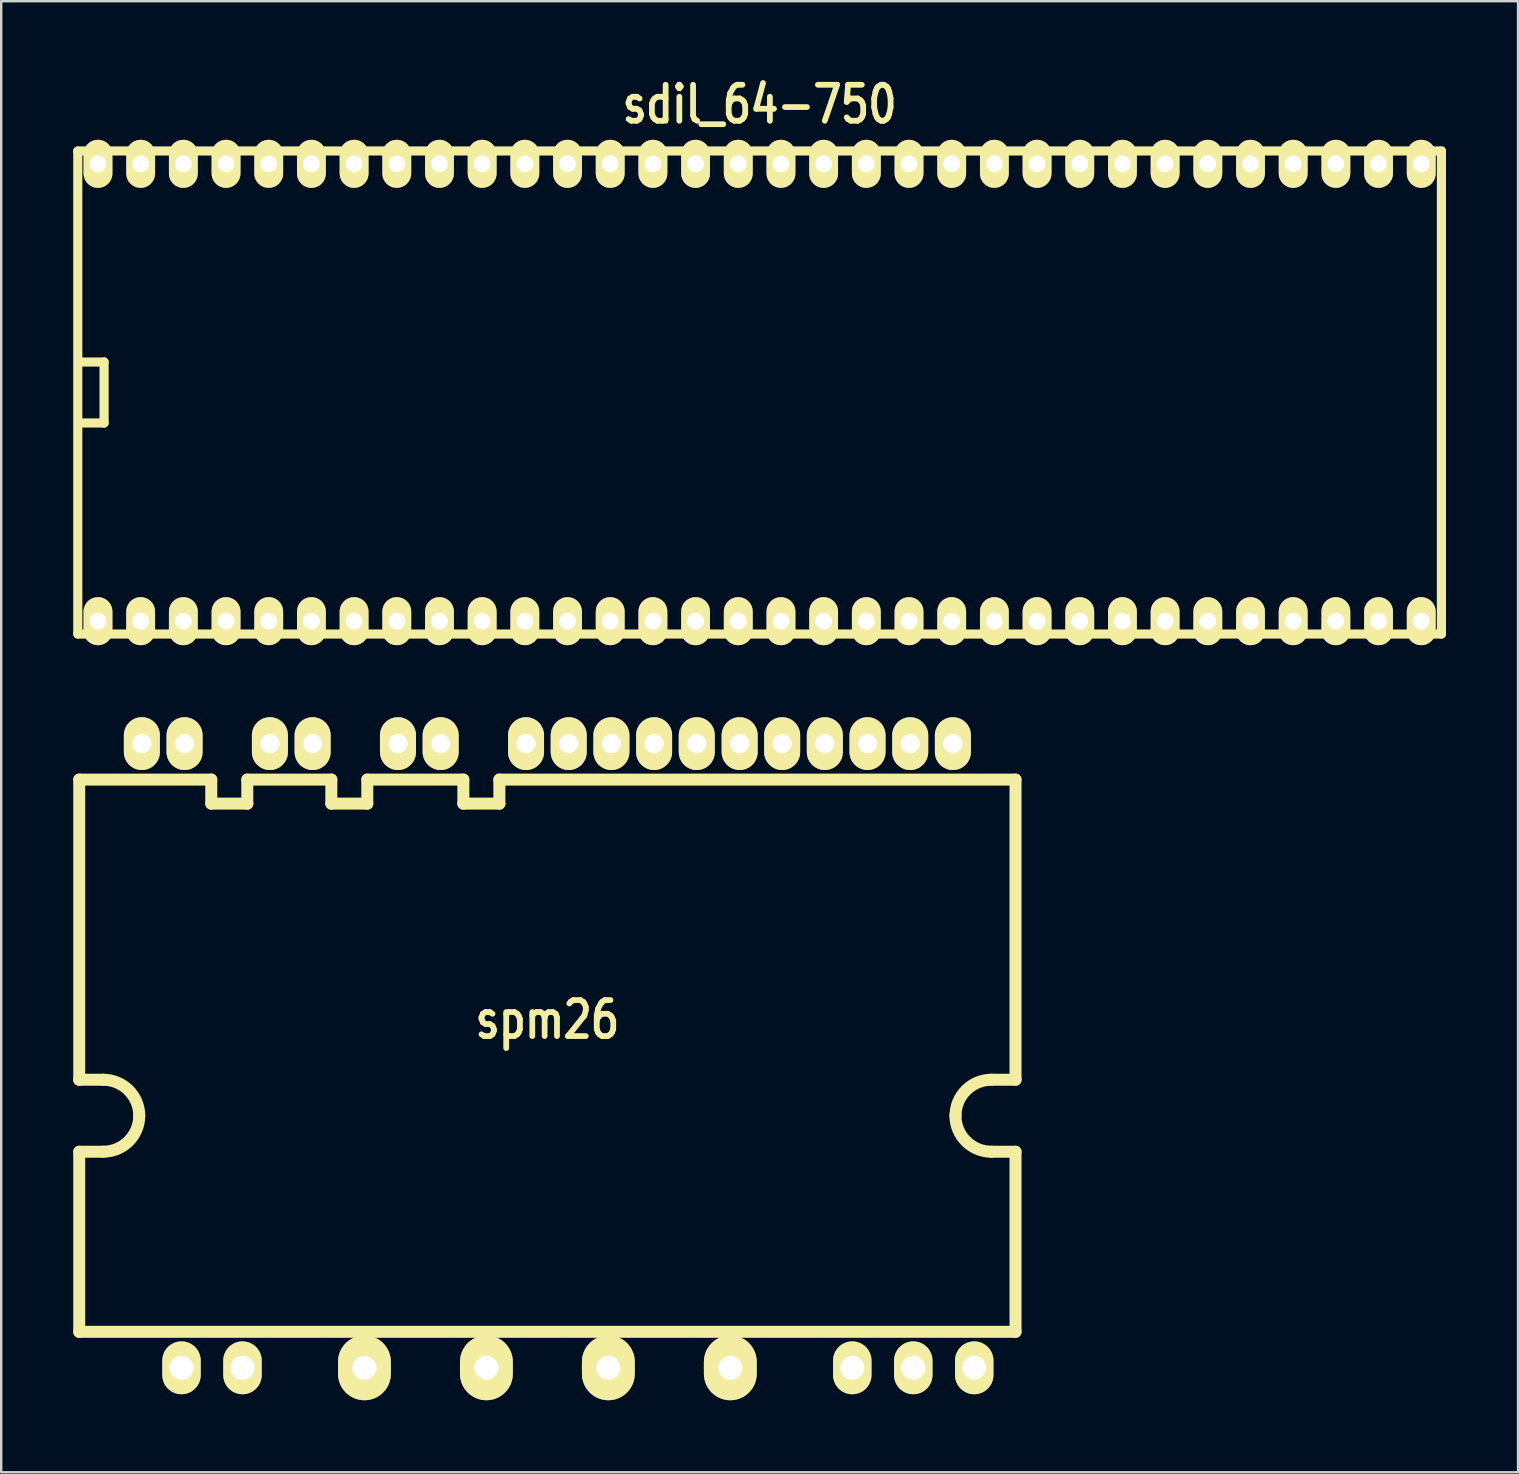
<source format=kicad_pcb>
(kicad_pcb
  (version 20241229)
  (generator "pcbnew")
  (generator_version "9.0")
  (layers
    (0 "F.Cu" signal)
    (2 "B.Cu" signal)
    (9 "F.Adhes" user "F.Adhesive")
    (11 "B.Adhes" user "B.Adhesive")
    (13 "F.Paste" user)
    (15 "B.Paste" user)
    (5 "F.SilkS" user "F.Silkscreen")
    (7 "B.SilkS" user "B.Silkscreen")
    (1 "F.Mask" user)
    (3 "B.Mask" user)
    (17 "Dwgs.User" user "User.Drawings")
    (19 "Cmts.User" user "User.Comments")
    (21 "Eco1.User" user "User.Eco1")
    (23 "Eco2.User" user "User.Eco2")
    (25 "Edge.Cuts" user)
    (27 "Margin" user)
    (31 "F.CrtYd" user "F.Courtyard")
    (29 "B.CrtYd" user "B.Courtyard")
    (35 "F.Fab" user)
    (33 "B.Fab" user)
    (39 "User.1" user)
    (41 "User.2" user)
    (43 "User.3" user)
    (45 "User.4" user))
  (footprint "spm26"
    (layer "F.Cu")
    (at 19.75 40.924)
    (property "Reference" "spm26" (at 0 -1.5 0) (layer "F.SilkS") (effects (font (size 1.5 1.2) (thickness 0.24))))
    (attr through_hole)
    (fp_line (start -19.5 -11.501) (end -19.5 1.001) (stroke (width 0.5) (type solid)) (layer "F.SilkS"))
    (fp_line (start -19.5 4) (end -19.5 11.501) (stroke (width 0.5) (type solid)) (layer "F.SilkS"))
    (fp_line (start -19.5 11.501) (end 19.5 11.501) (stroke (width 0.5) (type solid)) (layer "F.SilkS"))
    (fp_line (start -18.499 1.001) (end -19.5 1.001) (stroke (width 0.5) (type solid)) (layer "F.SilkS"))
    (fp_line (start -18.499 4) (end -19.5 4) (stroke (width 0.5) (type solid)) (layer "F.SilkS"))
    (fp_line (start -14 -11.501) (end -19.5 -11.501) (stroke (width 0.5) (type solid)) (layer "F.SilkS"))
    (fp_line (start -14 -11.501) (end -14 -10.5) (stroke (width 0.5) (type solid)) (layer "F.SilkS"))
    (fp_line (start -14 -10.5) (end -12.499 -10.5) (stroke (width 0.5) (type solid)) (layer "F.SilkS"))
    (fp_line (start -12.499 -11.501) (end -8.999 -11.501) (stroke (width 0.5) (type solid)) (layer "F.SilkS"))
    (fp_line (start -12.499 -10.5) (end -12.499 -11.501) (stroke (width 0.5) (type solid)) (layer "F.SilkS"))
    (fp_line (start -8.999 -11.501) (end -8.999 -10.5) (stroke (width 0.5) (type solid)) (layer "F.SilkS"))
    (fp_line (start -8.999 -10.5) (end -7.501 -10.5) (stroke (width 0.5) (type solid)) (layer "F.SilkS"))
    (fp_line (start -7.501 -10.5) (end -7.501 -11.501) (stroke (width 0.5) (type solid)) (layer "F.SilkS"))
    (fp_line (start -3.5 -11.501) (end -7.501 -11.501) (stroke (width 0.5) (type solid)) (layer "F.SilkS"))
    (fp_line (start -3.5 -11.501) (end -3.5 -10.5) (stroke (width 0.5) (type solid)) (layer "F.SilkS"))
    (fp_line (start -3.5 -10.5) (end -1.999 -10.5) (stroke (width 0.5) (type solid)) (layer "F.SilkS"))
    (fp_line (start -1.999 -11.501) (end 19.5 -11.501) (stroke (width 0.5) (type solid)) (layer "F.SilkS"))
    (fp_line (start -1.999 -10.5) (end -1.999 -11.501) (stroke (width 0.5) (type solid)) (layer "F.SilkS"))
    (fp_line (start 18.499 1.001) (end 19.5 1.001) (stroke (width 0.5) (type solid)) (layer "F.SilkS"))
    (fp_line (start 18.499 4) (end 19.5 4) (stroke (width 0.5) (type solid)) (layer "F.SilkS"))
    (fp_line (start 19.5 1.001) (end 19.5 -11.501) (stroke (width 0.5) (type solid)) (layer "F.SilkS"))
    (fp_line (start 19.5 4) (end 19.5 11.501) (stroke (width 0.5) (type solid)) (layer "F.SilkS"))
    (fp_arc (start -18.49882 1.00076) (mid -17.43915 1.43969) (end -17.00022 2.49936) (stroke (width 0.50038) (type solid)) (layer "F.SilkS"))
    (fp_arc (start -17.00022 2.49936) (mid -17.43915 3.55903) (end -18.49882 3.99796) (stroke (width 0.50038) (type solid)) (layer "F.SilkS"))
    (fp_arc (start 17.00022 2.49936) (mid 17.43915 1.43969) (end 18.49882 1.00076) (stroke (width 0.50038) (type solid)) (layer "F.SilkS"))
    (fp_arc (start 18.49882 4.0005) (mid 17.437354 3.560826) (end 16.99768 2.49936) (stroke (width 0.50038) (type solid)) (layer "F.SilkS"))
    (pad "1" thru_hole oval (at -15.24 13) (size 1.6 2.2) (drill 1) (layers "*.Cu" "*.Mask" "F.SilkS"))
    (pad "2" thru_hole oval (at -12.7 13) (size 1.6 2.2) (drill 1) (layers "*.Cu" "*.Mask" "F.SilkS"))
    (pad "3" thru_hole oval (at -7.62 13) (size 2.2 2.7) (drill 1) (layers "*.Cu" "*.Mask" "F.SilkS"))
    (pad "4" thru_hole oval (at -2.54 13) (size 2.2 2.7) (drill 1) (layers "*.Cu" "*.Mask" "F.SilkS"))
    (pad "5" thru_hole oval (at 2.54 13) (size 2.2 2.7) (drill 1) (layers "*.Cu" "*.Mask" "F.SilkS"))
    (pad "6" thru_hole oval (at 7.62 13) (size 2.2 2.7) (drill 1) (layers "*.Cu" "*.Mask" "F.SilkS"))
    (pad "7" thru_hole oval (at 12.7 13) (size 1.6 2.2) (drill 1) (layers "*.Cu" "*.Mask" "F.SilkS"))
    (pad "8" thru_hole oval (at 15.24 13) (size 1.6 2.2) (drill 1) (layers "*.Cu" "*.Mask" "F.SilkS"))
    (pad "9" thru_hole oval (at 17.78 13) (size 1.6 2.2) (drill 1) (layers "*.Cu" "*.Mask" "F.SilkS"))
    (pad "10" thru_hole oval (at 16.891 -13) (size 1.5 2.2) (drill 0.8) (layers "*.Cu" "*.Mask" "F.SilkS"))
    (pad "11" thru_hole oval (at 15.113 -13) (size 1.5 2.2) (drill 0.8) (layers "*.Cu" "*.Mask" "F.SilkS"))
    (pad "12" thru_hole oval (at 13.335 -13) (size 1.5 2.2) (drill 0.8) (layers "*.Cu" "*.Mask" "F.SilkS"))
    (pad "13" thru_hole oval (at 11.557 -13) (size 1.5 2.2) (drill 0.8) (layers "*.Cu" "*.Mask" "F.SilkS"))
    (pad "14" thru_hole oval (at 9.779 -13) (size 1.5 2.2) (drill 0.8) (layers "*.Cu" "*.Mask" "F.SilkS"))
    (pad "15" thru_hole oval (at 8.009 -13) (size 1.5 2.2) (drill 0.8) (layers "*.Cu" "*.Mask" "F.SilkS"))
    (pad "16" thru_hole oval (at 6.223 -13) (size 1.5 2.2) (drill 0.8) (layers "*.Cu" "*.Mask" "F.SilkS"))
    (pad "17" thru_hole oval (at 4.445 -13) (size 1.5 2.2) (drill 0.8) (layers "*.Cu" "*.Mask" "F.SilkS"))
    (pad "18" thru_hole oval (at 2.667 -13) (size 1.5 2.2) (drill 0.8) (layers "*.Cu" "*.Mask" "F.SilkS"))
    (pad "19" thru_hole oval (at 0.889 -13) (size 1.5 2.2) (drill 0.8) (layers "*.Cu" "*.Mask" "F.SilkS"))
    (pad "20" thru_hole oval (at -0.889 -13) (size 1.5 2.2) (drill 0.8) (layers "*.Cu" "*.Mask" "F.SilkS"))
    (pad "21" thru_hole oval (at -4.445 -13) (size 1.5 2.2) (drill 0.8) (layers "*.Cu" "*.Mask" "F.SilkS"))
    (pad "22" thru_hole oval (at -6.223 -13) (size 1.5 2.2) (drill 0.8) (layers "*.Cu" "*.Mask" "F.SilkS"))
    (pad "23" thru_hole oval (at -9.779 -13) (size 1.5 2.2) (drill 0.8) (layers "*.Cu" "*.Mask" "F.SilkS"))
    (pad "24" thru_hole oval (at -11.557 -13) (size 1.5 2.2) (drill 0.8) (layers "*.Cu" "*.Mask" "F.SilkS"))
    (pad "25" thru_hole oval (at -15.113 -13) (size 1.5 2.2) (drill 0.8) (layers "*.Cu" "*.Mask" "F.SilkS"))
    (pad "26" thru_hole oval (at -16.891 -13) (size 1.5 2.2) (drill 0.8) (layers "*.Cu" "*.Mask" "F.SilkS")))
  (footprint "sdil_64-750"
    (layer "F.Cu")
    (at 28.59 13.299)
    (property "Reference" "sdil_64-750" (at 0 -12 0) (layer "F.SilkS") (effects (font (size 1.5 1.2) (thickness 0.24))))
    (attr through_hole)
    (fp_line (start -28.4 -10.06) (end -28.4 10.06) (stroke (width 0.381) (type solid)) (layer "F.SilkS"))
    (fp_line (start -27.305 -1.27) (end -28.321 -1.27) (stroke (width 0.381) (type solid)) (layer "F.SilkS"))
    (fp_line (start -27.305 -1.27) (end -27.305 1.27) (stroke (width 0.381) (type solid)) (layer "F.SilkS"))
    (fp_line (start -27.305 1.27) (end -28.321 1.27) (stroke (width 0.381) (type solid)) (layer "F.SilkS"))
    (fp_line (start 28.4 -10.06) (end -28.4 -10.06) (stroke (width 0.381) (type solid)) (layer "F.SilkS"))
    (fp_line (start 28.4 10.06) (end -28.4 10.06) (stroke (width 0.381) (type solid)) (layer "F.SilkS"))
    (fp_line (start 28.4 10.06) (end 28.4 -10.06) (stroke (width 0.381) (type solid)) (layer "F.SilkS"))
    (pad "1" thru_hole oval (at -27.559 9.525) (size 1.2 2) (drill 0.7) (layers "*.Cu" "*.Mask" "F.SilkS"))
    (pad "2" thru_hole oval (at -25.781 9.525) (size 1.2 2) (drill 0.7) (layers "*.Cu" "*.Mask" "F.SilkS"))
    (pad "3" thru_hole oval (at -24.003 9.525) (size 1.2 2) (drill 0.7) (layers "*.Cu" "*.Mask" "F.SilkS"))
    (pad "4" thru_hole oval (at -22.225 9.525) (size 1.2 2) (drill 0.7) (layers "*.Cu" "*.Mask" "F.SilkS"))
    (pad "5" thru_hole oval (at -20.447 9.525) (size 1.2 2) (drill 0.7) (layers "*.Cu" "*.Mask" "F.SilkS"))
    (pad "6" thru_hole oval (at -18.669 9.525) (size 1.2 2) (drill 0.7) (layers "*.Cu" "*.Mask" "F.SilkS"))
    (pad "7" thru_hole oval (at -16.891 9.525) (size 1.2 2) (drill 0.7) (layers "*.Cu" "*.Mask" "F.SilkS"))
    (pad "8" thru_hole oval (at -15.113 9.525) (size 1.2 2) (drill 0.7) (layers "*.Cu" "*.Mask" "F.SilkS"))
    (pad "9" thru_hole oval (at -13.335 9.525) (size 1.2 2) (drill 0.7) (layers "*.Cu" "*.Mask" "F.SilkS"))
    (pad "10" thru_hole oval (at -11.557 9.525) (size 1.2 2) (drill 0.7) (layers "*.Cu" "*.Mask" "F.SilkS"))
    (pad "11" thru_hole oval (at -9.779 9.525) (size 1.2 2) (drill 0.7) (layers "*.Cu" "*.Mask" "F.SilkS"))
    (pad "12" thru_hole oval (at -8.001 9.525) (size 1.2 2) (drill 0.7) (layers "*.Cu" "*.Mask" "F.SilkS"))
    (pad "13" thru_hole oval (at -6.223 9.525) (size 1.2 2) (drill 0.7) (layers "*.Cu" "*.Mask" "F.SilkS"))
    (pad "14" thru_hole oval (at -4.445 9.525) (size 1.2 2) (drill 0.7) (layers "*.Cu" "*.Mask" "F.SilkS"))
    (pad "15" thru_hole oval (at -2.667 9.525) (size 1.2 2) (drill 0.7) (layers "*.Cu" "*.Mask" "F.SilkS"))
    (pad "16" thru_hole oval (at -0.889 9.525) (size 1.2 2) (drill 0.7) (layers "*.Cu" "*.Mask" "F.SilkS"))
    (pad "17" thru_hole oval (at 0.889 9.525) (size 1.2 2) (drill 0.7) (layers "*.Cu" "*.Mask" "F.SilkS"))
    (pad "18" thru_hole oval (at 2.667 9.525) (size 1.2 2) (drill 0.7) (layers "*.Cu" "*.Mask" "F.SilkS"))
    (pad "19" thru_hole oval (at 4.445 9.525) (size 1.2 2) (drill 0.7) (layers "*.Cu" "*.Mask" "F.SilkS"))
    (pad "20" thru_hole oval (at 6.223 9.525) (size 1.2 2) (drill 0.7) (layers "*.Cu" "*.Mask" "F.SilkS"))
    (pad "21" thru_hole oval (at 8.001 9.525) (size 1.2 2) (drill 0.7) (layers "*.Cu" "*.Mask" "F.SilkS"))
    (pad "22" thru_hole oval (at 9.779 9.525) (size 1.2 2) (drill 0.7) (layers "*.Cu" "*.Mask" "F.SilkS"))
    (pad "23" thru_hole oval (at 11.557 9.525) (size 1.2 2) (drill 0.7) (layers "*.Cu" "*.Mask" "F.SilkS"))
    (pad "24" thru_hole oval (at 13.335 9.525) (size 1.2 2) (drill 0.7) (layers "*.Cu" "*.Mask" "F.SilkS"))
    (pad "25" thru_hole oval (at 15.113 9.525) (size 1.2 2) (drill 0.7) (layers "*.Cu" "*.Mask" "F.SilkS"))
    (pad "26" thru_hole oval (at 16.891 9.525) (size 1.2 2) (drill 0.7) (layers "*.Cu" "*.Mask" "F.SilkS"))
    (pad "27" thru_hole oval (at 18.669 9.525) (size 1.2 2) (drill 0.7) (layers "*.Cu" "*.Mask" "F.SilkS"))
    (pad "28" thru_hole oval (at 20.447 9.525) (size 1.2 2) (drill 0.7) (layers "*.Cu" "*.Mask" "F.SilkS"))
    (pad "29" thru_hole oval (at 22.225 9.525) (size 1.2 2) (drill 0.7) (layers "*.Cu" "*.Mask" "F.SilkS"))
    (pad "30" thru_hole oval (at 24.003 9.525) (size 1.2 2) (drill 0.7) (layers "*.Cu" "*.Mask" "F.SilkS"))
    (pad "31" thru_hole oval (at 25.781 9.525) (size 1.2 2) (drill 0.7) (layers "*.Cu" "*.Mask" "F.SilkS"))
    (pad "32" thru_hole oval (at 27.559 9.525) (size 1.2 2) (drill 0.7) (layers "*.Cu" "*.Mask" "F.SilkS"))
    (pad "33" thru_hole oval (at 27.559 -9.525) (size 1.2 2) (drill 0.7) (layers "*.Cu" "*.Mask" "F.SilkS"))
    (pad "34" thru_hole oval (at 25.781 -9.525) (size 1.2 2) (drill 0.7) (layers "*.Cu" "*.Mask" "F.SilkS"))
    (pad "35" thru_hole oval (at 24.003 -9.525) (size 1.2 2) (drill 0.7) (layers "*.Cu" "*.Mask" "F.SilkS"))
    (pad "36" thru_hole oval (at 22.225 -9.525) (size 1.2 2) (drill 0.7) (layers "*.Cu" "*.Mask" "F.SilkS"))
    (pad "37" thru_hole oval (at 20.447 -9.525) (size 1.2 2) (drill 0.7) (layers "*.Cu" "*.Mask" "F.SilkS"))
    (pad "38" thru_hole oval (at 18.669 -9.525) (size 1.2 2) (drill 0.7) (layers "*.Cu" "*.Mask" "F.SilkS"))
    (pad "39" thru_hole oval (at 16.891 -9.525) (size 1.2 2) (drill 0.7) (layers "*.Cu" "*.Mask" "F.SilkS"))
    (pad "40" thru_hole oval (at 15.113 -9.525) (size 1.2 2) (drill 0.7) (layers "*.Cu" "*.Mask" "F.SilkS"))
    (pad "41" thru_hole oval (at 13.335 -9.525) (size 1.2 2) (drill 0.7) (layers "*.Cu" "*.Mask" "F.SilkS"))
    (pad "42" thru_hole oval (at 11.557 -9.525) (size 1.2 2) (drill 0.7) (layers "*.Cu" "*.Mask" "F.SilkS"))
    (pad "43" thru_hole oval (at 9.779 -9.525) (size 1.2 2) (drill 0.7) (layers "*.Cu" "*.Mask" "F.SilkS"))
    (pad "44" thru_hole oval (at 8.001 -9.525) (size 1.2 2) (drill 0.7) (layers "*.Cu" "*.Mask" "F.SilkS"))
    (pad "45" thru_hole oval (at 6.223 -9.525) (size 1.2 2) (drill 0.7) (layers "*.Cu" "*.Mask" "F.SilkS"))
    (pad "46" thru_hole oval (at 4.445 -9.525) (size 1.2 2) (drill 0.7) (layers "*.Cu" "*.Mask" "F.SilkS"))
    (pad "47" thru_hole oval (at 2.667 -9.525) (size 1.2 2) (drill 0.7) (layers "*.Cu" "*.Mask" "F.SilkS"))
    (pad "48" thru_hole oval (at 0.889 -9.525) (size 1.2 2) (drill 0.7) (layers "*.Cu" "*.Mask" "F.SilkS"))
    (pad "49" thru_hole oval (at -0.889 -9.525) (size 1.2 2) (drill 0.7) (layers "*.Cu" "*.Mask" "F.SilkS"))
    (pad "50" thru_hole oval (at -2.667 -9.525) (size 1.2 2) (drill 0.7) (layers "*.Cu" "*.Mask" "F.SilkS"))
    (pad "51" thru_hole oval (at -4.445 -9.525) (size 1.2 2) (drill 0.7) (layers "*.Cu" "*.Mask" "F.SilkS"))
    (pad "52" thru_hole oval (at -6.223 -9.525) (size 1.2 2) (drill 0.7) (layers "*.Cu" "*.Mask" "F.SilkS"))
    (pad "53" thru_hole oval (at -8.001 -9.525) (size 1.2 2) (drill 0.7) (layers "*.Cu" "*.Mask" "F.SilkS"))
    (pad "54" thru_hole oval (at -9.779 -9.525) (size 1.2 2) (drill 0.7) (layers "*.Cu" "*.Mask" "F.SilkS"))
    (pad "55" thru_hole oval (at -11.557 -9.525) (size 1.2 2) (drill 0.7) (layers "*.Cu" "*.Mask" "F.SilkS"))
    (pad "56" thru_hole oval (at -13.335 -9.525) (size 1.2 2) (drill 0.7) (layers "*.Cu" "*.Mask" "F.SilkS"))
    (pad "57" thru_hole oval (at -15.113 -9.525) (size 1.2 2) (drill 0.7) (layers "*.Cu" "*.Mask" "F.SilkS"))
    (pad "58" thru_hole oval (at -16.891 -9.525) (size 1.2 2) (drill 0.7) (layers "*.Cu" "*.Mask" "F.SilkS"))
    (pad "59" thru_hole oval (at -18.669 -9.525) (size 1.2 2) (drill 0.7) (layers "*.Cu" "*.Mask" "F.SilkS"))
    (pad "60" thru_hole oval (at -20.447 -9.525) (size 1.2 2) (drill 0.7) (layers "*.Cu" "*.Mask" "F.SilkS"))
    (pad "61" thru_hole oval (at -22.225 -9.525) (size 1.2 2) (drill 0.7) (layers "*.Cu" "*.Mask" "F.SilkS"))
    (pad "62" thru_hole oval (at -24.003 -9.525) (size 1.2 2) (drill 0.7) (layers "*.Cu" "*.Mask" "F.SilkS"))
    (pad "63" thru_hole oval (at -25.781 -9.525) (size 1.2 2) (drill 0.7) (layers "*.Cu" "*.Mask" "F.SilkS"))
    (pad "64" thru_hole oval (at -27.559 -9.525) (size 1.2 2) (drill 0.7) (layers "*.Cu" "*.Mask" "F.SilkS")))
  (gr_rect
    (start -3 -3)
    (end 60.181 58.274)
    (stroke (width 0.1) (type default))
    (fill no)
    (layer "Edge.Cuts")))
</source>
